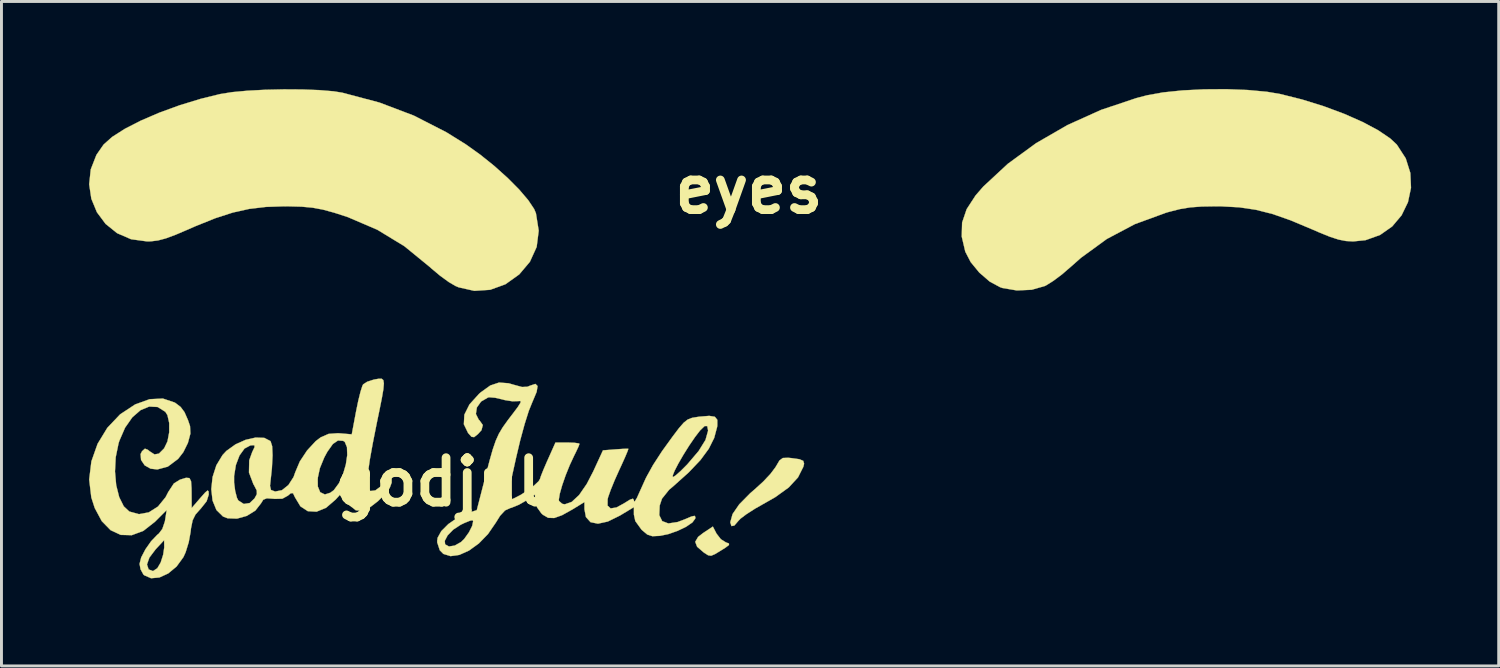
<source format=kicad_pcb>
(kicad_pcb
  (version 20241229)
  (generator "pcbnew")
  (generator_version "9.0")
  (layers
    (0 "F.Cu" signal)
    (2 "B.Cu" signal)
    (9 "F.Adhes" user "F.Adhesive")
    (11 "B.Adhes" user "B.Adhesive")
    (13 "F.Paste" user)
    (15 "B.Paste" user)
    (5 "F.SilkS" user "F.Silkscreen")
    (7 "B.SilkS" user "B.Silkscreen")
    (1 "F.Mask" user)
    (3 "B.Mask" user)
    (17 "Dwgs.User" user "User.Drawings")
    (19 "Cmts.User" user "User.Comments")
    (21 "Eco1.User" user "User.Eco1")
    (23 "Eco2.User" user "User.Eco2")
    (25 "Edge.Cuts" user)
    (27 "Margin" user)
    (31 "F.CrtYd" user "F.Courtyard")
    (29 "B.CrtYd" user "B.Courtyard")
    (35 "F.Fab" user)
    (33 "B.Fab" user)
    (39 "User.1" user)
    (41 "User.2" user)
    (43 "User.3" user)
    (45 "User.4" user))
  (footprint "godjul"
    (layer "F.Cu")
    (at 11.976 13.464)
    (property "Reference" "godjul" (at 0 0 0) (layer "F.SilkS") (effects (font (size 1.524 1.524) (thickness 0.3))))
    (attr through_hole)
    (fp_poly (pts (xy 9.52 1.767) (xy 9.667 1.957) (xy 9.839 2.065) (xy 9.945 2.104) (xy 9.946 2.155) (xy 9.825 2.247) (xy 9.694 2.329) (xy 9.47 2.466) (xy 9.335 2.523) (xy 9.233 2.508) (xy 9.108 2.429) (xy 9.079 2.409) (xy 8.854 2.215) (xy 8.79 2.046) (xy 8.888 1.879) (xy 9.059 1.746) (xy 9.394 1.524) (xy 9.52 1.767)) (stroke (width 0.01) (type solid)) (fill yes) (layer "F.SilkS"))
    (fp_poly (pts (xy 12.09 -0.821) (xy 12.359 -0.783) (xy 12.491 -0.727) (xy 12.519 -0.63) (xy 12.493 -0.523) (xy 12.31 -0.159) (xy 11.993 0.184) (xy 11.528 0.519) (xy 11.18 0.717) (xy 10.838 0.911) (xy 10.545 1.099) (xy 10.338 1.255) (xy 10.268 1.329) (xy 10.13 1.489) (xy 10.031 1.508) (xy 9.991 1.382) (xy 9.991 1.375) (xy 10.069 1.095) (xy 10.298 0.762) (xy 10.674 0.381) (xy 10.837 0.24) (xy 11.119 -0.017) (xy 11.368 -0.282) (xy 11.536 -0.505) (xy 11.557 -0.54) (xy 11.675 -0.74) (xy 11.79 -0.825) (xy 11.974 -0.832) (xy 12.09 -0.821)) (stroke (width 0.01) (type solid)) (fill yes) (layer "F.SilkS"))
    (fp_poly (pts (xy -9.047 -2.727) (xy -9.016 -2.709) (xy -8.839 -2.574) (xy -8.706 -2.396) (xy -8.588 -2.127) (xy -8.516 -1.917) (xy -8.504 -1.66) (xy -8.589 -1.342) (xy -8.747 -1.023) (xy -8.926 -0.793) (xy -9.278 -0.529) (xy -9.636 -0.433) (xy -9.867 -0.459) (xy -10.07 -0.573) (xy -10.194 -0.758) (xy -10.21 -0.959) (xy -10.16 -1.058) (xy -10.061 -1.145) (xy -9.958 -1.104) (xy -9.908 -1.06) (xy -9.734 -0.948) (xy -9.582 -0.975) (xy -9.408 -1.15) (xy -9.404 -1.154) (xy -9.289 -1.393) (xy -9.23 -1.704) (xy -9.23 -2.025) (xy -9.29 -2.292) (xy -9.362 -2.407) (xy -9.625 -2.572) (xy -9.915 -2.587) (xy -10.21 -2.465) (xy -10.493 -2.219) (xy -10.742 -1.863) (xy -10.939 -1.41) (xy -10.965 -1.326) (xy -11.062 -0.852) (xy -11.087 -0.363) (xy -11.046 0.105) (xy -10.943 0.515) (xy -10.786 0.831) (xy -10.596 1.009) (xy -10.265 1.099) (xy -9.929 1.038) (xy -9.615 0.839) (xy -9.354 0.518) (xy -9.261 0.338) (xy -9.071 0.048) (xy -8.862 -0.082) (xy -8.654 -0.146) (xy -8.536 -0.137) (xy -8.481 -0.028) (xy -8.465 0.21) (xy -8.463 0.36) (xy -8.46 0.889) (xy -8.168 0.55) (xy -8 0.36) (xy -7.913 0.287) (xy -7.88 0.321) (xy -7.875 0.428) (xy -7.947 0.655) (xy -8.149 0.91) (xy -8.159 0.92) (xy -8.329 1.111) (xy -8.427 1.309) (xy -8.483 1.583) (xy -8.497 1.71) (xy -8.561 2.06) (xy -8.666 2.401) (xy -8.742 2.569) (xy -8.976 2.891) (xy -9.262 3.129) (xy -9.565 3.268) (xy -9.851 3.294) (xy -10.087 3.191) (xy -10.112 3.169) (xy -10.212 2.986) (xy -10.241 2.822) (xy -9.991 2.822) (xy -9.935 2.991) (xy -9.934 2.992) (xy -9.786 3.049) (xy -9.636 2.951) (xy -9.521 2.754) (xy -9.437 2.489) (xy -9.4 2.24) (xy -9.4 2.225) (xy -9.403 1.99) (xy -9.697 2.306) (xy -9.909 2.587) (xy -9.991 2.822) (xy -10.241 2.822) (xy -10.245 2.801) (xy -10.189 2.581) (xy -10.044 2.303) (xy -9.849 2.026) (xy -9.638 1.806) (xy -9.587 1.766) (xy -9.466 1.606) (xy -9.38 1.356) (xy -9.37 1.304) (xy -9.316 0.958) (xy -9.718 1.36) (xy -10.116 1.672) (xy -10.512 1.819) (xy -10.891 1.809) (xy -11.238 1.647) (xy -11.54 1.338) (xy -11.781 0.888) (xy -11.898 0.526) (xy -11.971 -0.088) (xy -11.895 -0.711) (xy -11.683 -1.311) (xy -11.35 -1.858) (xy -10.911 -2.32) (xy -10.396 -2.66) (xy -9.9 -2.839) (xy -9.447 -2.861) (xy -9.047 -2.727)) (stroke (width 0.01) (type solid)) (fill yes) (layer "F.SilkS"))
    (fp_poly (pts (xy -1.951 -3.539) (xy -1.895 -3.493) (xy -1.876 -3.381) (xy -1.893 -3.181) (xy -1.946 -2.872) (xy -2.034 -2.433) (xy -2.117 -2.032) (xy -2.258 -1.321) (xy -2.359 -0.76) (xy -2.419 -0.334) (xy -2.44 -0.027) (xy -2.424 0.173) (xy -2.372 0.282) (xy -2.334 0.306) (xy -2.168 0.285) (xy -1.936 0.114) (xy -1.899 0.079) (xy -1.609 -0.203) (xy -1.609 0.019) (xy -1.675 0.198) (xy -1.845 0.423) (xy -2.079 0.654) (xy -2.335 0.851) (xy -2.571 0.975) (xy -2.607 0.985) (xy -2.836 0.967) (xy -3.034 0.81) (xy -3.165 0.549) (xy -3.176 0.505) (xy -3.228 0.266) (xy -3.53 0.6) (xy -3.858 0.882) (xy -4.182 1.014) (xy -4.481 0.997) (xy -4.734 0.832) (xy -4.922 0.52) (xy -4.923 0.518) (xy -4.989 0.38) (xy -5.066 0.383) (xy -5.165 0.466) (xy -5.353 0.569) (xy -5.618 0.576) (xy -5.661 0.571) (xy -5.886 0.556) (xy -6.008 0.605) (xy -6.085 0.729) (xy -6.279 0.977) (xy -6.572 1.158) (xy -6.908 1.252) (xy -7.231 1.24) (xy -7.387 1.179) (xy -7.612 0.957) (xy -7.745 0.632) (xy -7.788 0.242) (xy -7.744 -0.173) (xy -7.733 -0.207) (xy -7.007 -0.207) (xy -7.007 0.014) (xy -6.97 0.304) (xy -6.91 0.536) (xy -6.864 0.628) (xy -6.675 0.75) (xy -6.471 0.718) (xy -6.306 0.559) (xy -6.227 0.413) (xy -6.232 0.285) (xy -6.327 0.102) (xy -6.346 0.072) (xy -6.497 -0.328) (xy -6.488 -0.746) (xy -6.387 -1.027) (xy -6.305 -1.199) (xy -6.313 -1.262) (xy -6.425 -1.259) (xy -6.45 -1.255) (xy -6.651 -1.148) (xy -6.822 -0.911) (xy -6.946 -0.584) (xy -7.007 -0.207) (xy -7.733 -0.207) (xy -7.614 -0.576) (xy -7.401 -0.928) (xy -7.268 -1.07) (xy -6.956 -1.293) (xy -6.609 -1.448) (xy -6.267 -1.525) (xy -5.973 -1.514) (xy -5.767 -1.408) (xy -5.756 -1.395) (xy -5.703 -1.229) (xy -5.689 -0.915) (xy -5.712 -0.47) (xy -5.772 0.089) (xy -5.777 0.127) (xy -5.743 0.27) (xy -5.601 0.324) (xy -5.369 0.279) (xy -5.147 0.102) (xy -4.995 -0.134) (xy -4.142 -0.134) (xy -4.139 0.151) (xy -4.058 0.347) (xy -3.9 0.423) (xy -3.892 0.423) (xy -3.712 0.366) (xy -3.592 0.278) (xy -3.417 0.041) (xy -3.277 -0.266) (xy -3.179 -0.601) (xy -3.131 -0.924) (xy -3.14 -1.195) (xy -3.214 -1.374) (xy -3.271 -1.413) (xy -3.449 -1.424) (xy -3.623 -1.305) (xy -3.81 -1.042) (xy -3.916 -0.848) (xy -4.068 -0.477) (xy -4.142 -0.134) (xy -4.995 -0.134) (xy -4.971 -0.17) (xy -4.91 -0.341) (xy -4.755 -0.707) (xy -4.506 -1.083) (xy -4.212 -1.401) (xy -4.04 -1.532) (xy -3.769 -1.651) (xy -3.449 -1.674) (xy -3.372 -1.669) (xy -2.976 -1.635) (xy -2.826 -2.433) (xy -2.752 -2.791) (xy -2.677 -3.093) (xy -2.613 -3.294) (xy -2.587 -3.346) (xy -2.449 -3.436) (xy -2.225 -3.509) (xy -2.18 -3.518) (xy -2.046 -3.541) (xy -1.951 -3.539)) (stroke (width 0.01) (type solid)) (fill yes) (layer "F.SilkS"))
    (fp_poly (pts (xy 2.395 -3.385) (xy 2.589 -3.329) (xy 2.856 -3.257) (xy 3.041 -3.265) (xy 3.136 -3.304) (xy 3.316 -3.363) (xy 3.389 -3.29) (xy 3.357 -3.089) (xy 3.218 -2.758) (xy 3.214 -2.751) (xy 3.088 -2.439) (xy 2.946 -1.989) (xy 2.794 -1.43) (xy 2.643 -0.792) (xy 2.643 -0.789) (xy 2.321 0.665) (xy 2.598 0.549) (xy 2.813 0.438) (xy 3.052 0.282) (xy 3.271 0.116) (xy 3.425 -0.028) (xy 3.471 -0.105) (xy 3.504 -0.207) (xy 3.589 -0.421) (xy 3.711 -0.704) (xy 3.737 -0.761) (xy 4.002 -1.355) (xy 4.414 -1.355) (xy 4.652 -1.346) (xy 4.801 -1.325) (xy 4.826 -1.309) (xy 4.79 -1.213) (xy 4.7 -1.021) (xy 4.643 -0.907) (xy 4.493 -0.586) (xy 4.351 -0.234) (xy 4.232 0.109) (xy 4.149 0.401) (xy 4.117 0.599) (xy 4.123 0.647) (xy 4.234 0.745) (xy 4.321 0.762) (xy 4.558 0.68) (xy 4.812 0.444) (xy 5.074 0.064) (xy 5.299 -0.371) (xy 5.629 -1.087) (xy 6.053 -1.12) (xy 6.3 -1.137) (xy 6.463 -1.143) (xy 6.499 -1.14) (xy 6.475 -1.064) (xy 6.393 -0.868) (xy 6.267 -0.588) (xy 6.181 -0.402) (xy 6.024 -0.051) (xy 5.893 0.271) (xy 5.807 0.514) (xy 5.789 0.584) (xy 5.787 0.807) (xy 5.892 0.902) (xy 6.095 0.869) (xy 6.352 0.728) (xy 6.555 0.602) (xy 6.656 0.568) (xy 6.689 0.62) (xy 6.691 0.655) (xy 6.719 0.664) (xy 6.793 0.541) (xy 6.89 0.325) (xy 7.099 -0.138) (xy 7.145 -0.222) (xy 8.017 -0.222) (xy 8.025 -0.169) (xy 8.118 -0.227) (xy 8.289 -0.378) (xy 8.504 -0.593) (xy 8.528 -0.619) (xy 8.906 -1.063) (xy 9.141 -1.442) (xy 9.228 -1.751) (xy 9.229 -1.774) (xy 9.201 -1.918) (xy 9.112 -1.919) (xy 8.959 -1.772) (xy 8.784 -1.545) (xy 8.578 -1.244) (xy 8.381 -0.929) (xy 8.21 -0.633) (xy 8.083 -0.387) (xy 8.017 -0.222) (xy 7.145 -0.222) (xy 7.344 -0.583) (xy 7.654 -1.06) (xy 8.006 -1.547) (xy 8.231 -1.845) (xy 8.395 -2.034) (xy 8.533 -2.143) (xy 8.684 -2.201) (xy 8.885 -2.234) (xy 8.938 -2.241) (xy 9.269 -2.268) (xy 9.462 -2.237) (xy 9.546 -2.133) (xy 9.546 -1.938) (xy 9.539 -1.887) (xy 9.439 -1.512) (xy 9.254 -1.142) (xy 8.97 -0.756) (xy 8.57 -0.335) (xy 8.04 0.141) (xy 7.896 0.262) (xy 7.651 0.568) (xy 7.572 0.805) (xy 7.558 1.133) (xy 7.658 1.337) (xy 7.869 1.417) (xy 8.186 1.369) (xy 8.427 1.278) (xy 8.656 1.181) (xy 8.767 1.156) (xy 8.796 1.198) (xy 8.79 1.251) (xy 8.693 1.383) (xy 8.477 1.531) (xy 8.186 1.671) (xy 7.865 1.783) (xy 7.578 1.842) (xy 7.323 1.854) (xy 7.147 1.797) (xy 6.963 1.642) (xy 6.947 1.626) (xy 6.737 1.335) (xy 6.689 1.113) (xy 6.689 0.859) (xy 6.207 1.149) (xy 5.796 1.351) (xy 5.457 1.425) (xy 5.203 1.373) (xy 5.045 1.197) (xy 4.995 0.929) (xy 4.995 0.684) (xy 4.593 0.931) (xy 4.229 1.134) (xy 3.959 1.231) (xy 3.751 1.224) (xy 3.57 1.119) (xy 3.518 1.07) (xy 3.371 0.865) (xy 3.303 0.657) (xy 3.302 0.641) (xy 3.302 0.428) (xy 3.003 0.631) (xy 2.749 0.776) (xy 2.501 0.877) (xy 2.457 0.889) (xy 2.275 0.971) (xy 2.105 1.155) (xy 1.959 1.389) (xy 1.69 1.781) (xy 1.375 2.104) (xy 1.04 2.346) (xy 0.71 2.494) (xy 0.409 2.537) (xy 0.163 2.461) (xy 0.04 2.337) (xy -0.051 2.059) (xy -0.047 2.013) (xy 0.21 2.013) (xy 0.222 2.133) (xy 0.354 2.206) (xy 0.552 2.175) (xy 0.765 2.055) (xy 0.876 1.948) (xy 1.04 1.718) (xy 1.149 1.501) (xy 1.182 1.344) (xy 1.166 1.307) (xy 1.078 1.322) (xy 0.89 1.398) (xy 0.756 1.462) (xy 0.5 1.629) (xy 0.308 1.826) (xy 0.21 2.013) (xy -0.047 2.013) (xy -0.037 1.912) (xy 0.09 1.681) (xy 0.333 1.438) (xy 0.647 1.221) (xy 0.968 1.074) (xy 1.307 0.961) (xy 1.61 -0.218) (xy 1.744 -0.732) (xy 1.854 -1.119) (xy 1.955 -1.413) (xy 2.062 -1.652) (xy 2.193 -1.872) (xy 2.362 -2.109) (xy 2.524 -2.321) (xy 2.715 -2.575) (xy 2.805 -2.72) (xy 2.806 -2.779) (xy 2.727 -2.774) (xy 2.531 -2.767) (xy 2.267 -2.809) (xy 2.181 -2.832) (xy 1.931 -2.889) (xy 1.736 -2.905) (xy 1.693 -2.898) (xy 1.454 -2.759) (xy 1.309 -2.555) (xy 1.276 -2.333) (xy 1.373 -2.138) (xy 1.397 -2.117) (xy 1.513 -1.954) (xy 1.468 -1.778) (xy 1.347 -1.644) (xy 1.215 -1.539) (xy 1.126 -1.551) (xy 1.008 -1.682) (xy 0.864 -1.98) (xy 0.881 -2.309) (xy 1.056 -2.66) (xy 1.385 -3.023) (xy 1.442 -3.073) (xy 1.77 -3.309) (xy 2.069 -3.409) (xy 2.395 -3.385)) (stroke (width 0.01) (type solid)) (fill yes) (layer "F.SilkS")))
  (footprint "eyes"
    (layer "F.Cu")
    (at 22.606 3.442)
    (property "Reference" "eyes" (at 0 0 0) (layer "F.SilkS") (effects (font (size 1.524 1.524) (thickness 0.3))))
    (attr through_hole)
    (fp_poly (pts (xy 17.085 -3.409) (xy 17.744 -3.348) (xy 18.199 -3.271) (xy 18.953 -3.082) (xy 19.692 -2.852) (xy 20.389 -2.593) (xy 21.018 -2.315) (xy 21.553 -2.03) (xy 21.967 -1.75) (xy 22.193 -1.539) (xy 22.499 -1.067) (xy 22.657 -0.565) (xy 22.679 -0.057) (xy 22.575 0.434) (xy 22.357 0.883) (xy 22.035 1.265) (xy 21.619 1.557) (xy 21.122 1.735) (xy 20.698 1.778) (xy 20.452 1.764) (xy 20.2 1.715) (xy 19.9 1.618) (xy 19.512 1.46) (xy 19.27 1.355) (xy 18.555 1.055) (xy 17.936 0.838) (xy 17.366 0.694) (xy 16.799 0.61) (xy 16.192 0.577) (xy 16.002 0.575) (xy 15.507 0.583) (xy 15.116 0.612) (xy 14.764 0.67) (xy 14.388 0.766) (xy 14.284 0.796) (xy 13.221 1.185) (xy 12.261 1.693) (xy 11.375 2.338) (xy 11.023 2.649) (xy 10.728 2.904) (xy 10.426 3.13) (xy 10.176 3.286) (xy 10.134 3.306) (xy 9.686 3.434) (xy 9.178 3.457) (xy 8.686 3.374) (xy 8.603 3.346) (xy 8.245 3.152) (xy 7.892 2.847) (xy 7.596 2.486) (xy 7.411 2.129) (xy 7.289 1.61) (xy 7.302 1.133) (xy 7.458 0.673) (xy 7.763 0.204) (xy 8.029 -0.102) (xy 8.868 -0.881) (xy 9.839 -1.589) (xy 10.915 -2.21) (xy 12.067 -2.729) (xy 13.268 -3.131) (xy 13.631 -3.226) (xy 14.183 -3.326) (xy 14.852 -3.395) (xy 15.591 -3.432) (xy 16.352 -3.437) (xy 17.085 -3.409)) (stroke (width 0.01) (type solid)) (fill yes) (layer "F.SilkS"))
    (fp_poly (pts (xy -15.296 -3.427) (xy -14.715 -3.405) (xy -14.226 -3.364) (xy -13.928 -3.316) (xy -12.653 -2.977) (xy -11.48 -2.532) (xy -10.368 -1.963) (xy -9.699 -1.547) (xy -9.201 -1.191) (xy -8.715 -0.8) (xy -8.265 -0.395) (xy -7.873 -0.001) (xy -7.564 0.361) (xy -7.359 0.667) (xy -7.297 0.814) (xy -7.202 1.411) (xy -7.272 1.966) (xy -7.504 2.476) (xy -7.869 2.908) (xy -8.341 3.245) (xy -8.864 3.435) (xy -9.408 3.471) (xy -9.946 3.35) (xy -10.05 3.306) (xy -10.282 3.17) (xy -10.578 2.955) (xy -10.879 2.703) (xy -10.939 2.649) (xy -11.804 1.942) (xy -12.729 1.379) (xy -13.746 0.943) (xy -14.2 0.796) (xy -14.592 0.689) (xy -14.944 0.623) (xy -15.319 0.588) (xy -15.783 0.576) (xy -15.917 0.575) (xy -16.546 0.596) (xy -17.119 0.664) (xy -17.684 0.79) (xy -18.284 0.984) (xy -18.967 1.259) (xy -19.185 1.355) (xy -19.634 1.547) (xy -19.973 1.673) (xy -20.244 1.745) (xy -20.488 1.775) (xy -20.614 1.778) (xy -21.166 1.703) (xy -21.644 1.496) (xy -22.038 1.179) (xy -22.336 0.779) (xy -22.527 0.317) (xy -22.601 -0.18) (xy -22.547 -0.689) (xy -22.353 -1.186) (xy -22.108 -1.539) (xy -21.815 -1.801) (xy -21.381 -2.078) (xy -20.833 -2.359) (xy -20.199 -2.632) (xy -19.505 -2.885) (xy -18.778 -3.107) (xy -18.115 -3.27) (xy -17.703 -3.336) (xy -17.173 -3.385) (xy -16.567 -3.417) (xy -15.927 -3.431) (xy -15.296 -3.427)) (stroke (width 0.01) (type solid)) (fill yes) (layer "F.SilkS")))
  (gr_rect
    (start -3 -3)
    (end 48.29 19.762)
    (stroke (width 0.1) (type default))
    (fill no)
    (layer "Edge.Cuts")))
</source>
